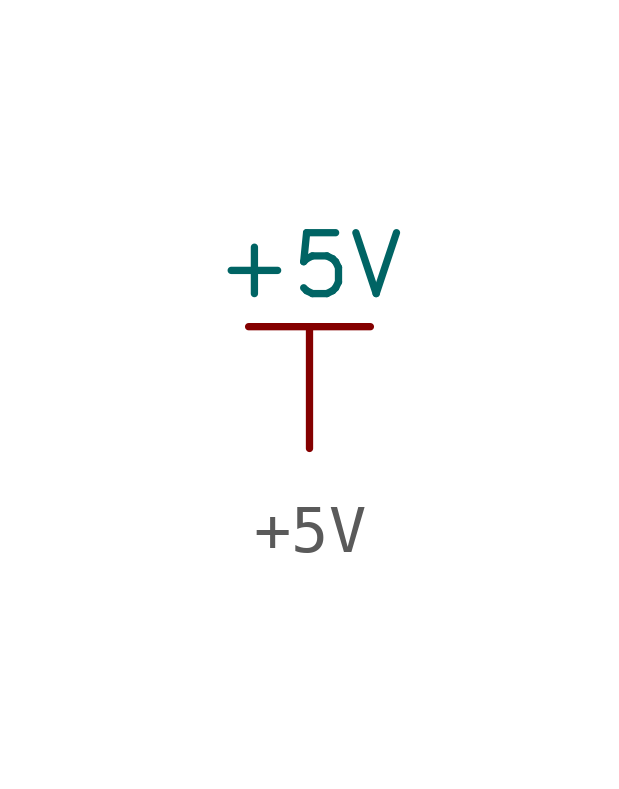
<source format=kicad_sym>
(kicad_symbol_lib
  (version 20211014)
  (generator kicad_symbol_editor)
  (symbol "+5V"
    (power)
    (pin_names
      (offset 0))
    (property "Reference" "#PWR"
      (at 0 -3.81 0)
      (effects (font (size 1.27 1.27)) hide))
    (property "Value" "+5V"
      (at 0 3.81 0)
      (effects (font (size 1.27 1.27))))
    (symbol "+5V_0_1"
      (polyline (pts (xy -1.27 2.54) (xy 1.27 2.54)) (stroke (width 0) (type default) (color 0 0 0 0)) (fill (type none)))
      (polyline (pts (xy 0 0) (xy 0 2.54)) (stroke (width 0) (type default) (color 0 0 0 0)) (fill (type none))))
    (symbol "+5V_1_1"
      (pin power_in line (at 0 0 90) (length 0) hide (name "+5V" (effects (font (size 1.27 1.27)))) (number "1" (effects (font (size 1.27 1.27))))))))
</source>
